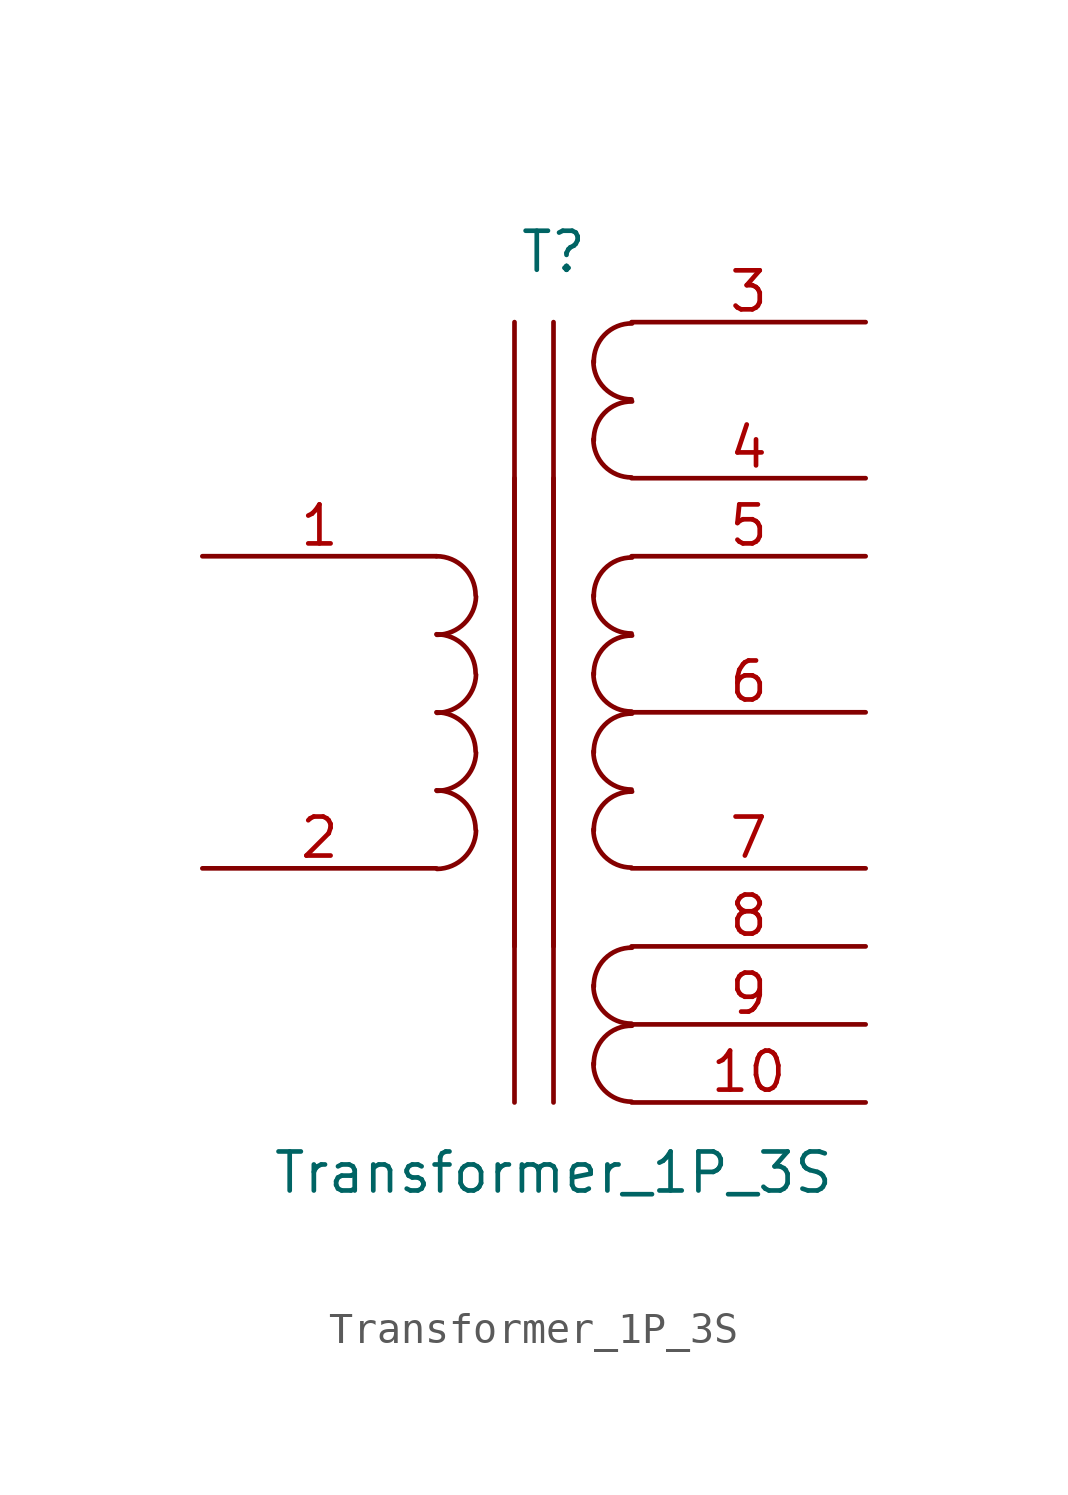
<source format=kicad_sym>
(kicad_symbol_lib
  (version 20241209)
  (generator "kicad_symbol_editor")
  (generator_version "9.0")
  (symbol "Transformer_1P_3S"
    (pin_names
      (offset 1.016)
      (hide yes))
    (property "Reference" "T"
      (at 0 14.986 0)
      (effects (font (size 1.27 1.27))))
    (property "Value" "Transformer_1P_3S"
      (at 0 -14.986 0)
      (effects (font (size 1.27 1.27))))
    (symbol "Transformer_1P_3S_0_1"
      (arc (start -3.8099 5.0801) (mid -2.9119 4.7081) (end -2.5399 3.8101) (stroke (width 0) (type default)) (fill (type none)))
      (arc (start -2.5219 3.7659) (mid -2.9079 2.8895) (end -3.7919 2.5213) (stroke (width 0) (type default)) (fill (type none)))
      (arc (start -3.8099 2.5401) (mid -2.9119 2.1681) (end -2.5399 1.2701) (stroke (width 0) (type default)) (fill (type none)))
      (arc (start -2.5219 1.2259) (mid -2.9079 0.3495) (end -3.7919 -0.0187) (stroke (width 0) (type default)) (fill (type none)))
      (arc (start -3.8099 0.0001) (mid -2.9119 -0.3719) (end -2.5399 -1.2699) (stroke (width 0) (type default)) (fill (type none)))
      (arc (start -2.5219 -1.3141) (mid -2.9079 -2.1905) (end -3.7919 -2.5587) (stroke (width 0) (type default)) (fill (type none)))
      (arc (start -3.8099 -2.5399) (mid -2.9119 -2.9119) (end -2.5399 -3.8099) (stroke (width 0) (type default)) (fill (type none)))
      (arc (start -2.5219 -3.8541) (mid -2.9079 -4.7305) (end -3.7919 -5.0987) (stroke (width 0) (type default)) (fill (type none)))
      (polyline (pts (xy -1.27 -7.62) (xy -1.27 12.7)) (stroke (width 0) (type default)) (fill (type none)))
      (polyline (pts (xy -1.27 -12.7) (xy -1.27 7.62)) (stroke (width 0) (type default)) (fill (type none)))
      (polyline (pts (xy 0 12.7) (xy 0 -7.62)) (stroke (width 0) (type default)) (fill (type none)))
      (polyline (pts (xy 0 7.62) (xy 0 -12.7)) (stroke (width 0) (type default)) (fill (type none)))
      (arc (start 1.3124 11.388) (mid 1.6627 12.2897) (end 2.557 12.658) (stroke (width 0) (type default)) (fill (type none)))
      (arc (start 2.54 10.1854) (mid 1.6599 10.5499) (end 1.2954 11.43) (stroke (width 0) (type default)) (fill (type none)))
      (arc (start 1.3124 8.848) (mid 1.6627 9.7497) (end 2.557 10.118) (stroke (width 0) (type default)) (fill (type none)))
      (arc (start 2.54 7.6454) (mid 1.6599 8.0099) (end 1.2954 8.89) (stroke (width 0) (type default)) (fill (type none)))
      (arc (start 1.3124 3.768) (mid 1.6627 4.6697) (end 2.557 5.038) (stroke (width 0) (type default)) (fill (type none)))
      (arc (start 2.54 2.5654) (mid 1.6599 2.9299) (end 1.2954 3.81) (stroke (width 0) (type default)) (fill (type none)))
      (arc (start 1.3124 1.228) (mid 1.6627 2.1297) (end 2.557 2.498) (stroke (width 0) (type default)) (fill (type none)))
      (arc (start 2.54 0.0254) (mid 1.6599 0.3899) (end 1.2954 1.27) (stroke (width 0) (type default)) (fill (type none)))
      (arc (start 1.3124 -1.312) (mid 1.6627 -0.4103) (end 2.557 -0.042) (stroke (width 0) (type default)) (fill (type none)))
      (arc (start 2.54 -2.5146) (mid 1.6599 -2.1501) (end 1.2954 -1.27) (stroke (width 0) (type default)) (fill (type none)))
      (arc (start 1.3124 -3.852) (mid 1.6627 -2.9503) (end 2.557 -2.582) (stroke (width 0) (type default)) (fill (type none)))
      (arc (start 2.54 -5.0546) (mid 1.6599 -4.6901) (end 1.2954 -3.81) (stroke (width 0) (type default)) (fill (type none)))
      (arc (start 1.3124 -8.932) (mid 1.6627 -8.0303) (end 2.557 -7.662) (stroke (width 0) (type default)) (fill (type none)))
      (arc (start 2.54 -10.1346) (mid 1.6599 -9.7701) (end 1.2954 -8.89) (stroke (width 0) (type default)) (fill (type none)))
      (arc (start 1.3124 -11.472) (mid 1.6627 -10.5703) (end 2.557 -10.202) (stroke (width 0) (type default)) (fill (type none)))
      (arc (start 2.54 -12.6746) (mid 1.6599 -12.3101) (end 1.2954 -11.43) (stroke (width 0) (type default)) (fill (type none))))
    (symbol "Transformer_1P_3S_1_1"
      (pin passive line (at -11.43 5.08 0) (length 7.62) (name "AA" (effects (font (size 1.27 1.27)))) (number "1" (effects (font (size 1.27 1.27)))))
      (pin passive line (at -11.43 -5.08 0) (length 7.62) (name "AB" (effects (font (size 1.27 1.27)))) (number "2" (effects (font (size 1.27 1.27)))))
      (pin passive line (at 10.16 12.7 180) (length 7.62) (name "SA" (effects (font (size 1.27 1.27)))) (number "3" (effects (font (size 1.27 1.27)))))
      (pin passive line (at 10.16 7.62 180) (length 7.62) (name "SB" (effects (font (size 1.27 1.27)))) (number "4" (effects (font (size 1.27 1.27)))))
      (pin passive line (at 10.16 5.08 180) (length 7.62) (name "SA" (effects (font (size 1.27 1.27)))) (number "5" (effects (font (size 1.27 1.27)))))
      (pin passive line (at 10.16 0 180) (length 7.62) (name "SA" (effects (font (size 1.27 1.27)))) (number "6" (effects (font (size 1.27 1.27)))))
      (pin passive line (at 10.16 -5.08 180) (length 7.62) (name "SB" (effects (font (size 1.27 1.27)))) (number "7" (effects (font (size 1.27 1.27)))))
      (pin passive line (at 10.16 -7.62 180) (length 7.62) (name "SC" (effects (font (size 1.27 1.27)))) (number "8" (effects (font (size 1.27 1.27)))))
      (pin passive line (at 10.16 -10.16 180) (length 7.62) (name "SC" (effects (font (size 1.27 1.27)))) (number "9" (effects (font (size 1.27 1.27)))))
      (pin passive line (at 10.16 -12.7 180) (length 7.62) (name "SD" (effects (font (size 1.27 1.27)))) (number "10" (effects (font (size 1.27 1.27))))))))
</source>
